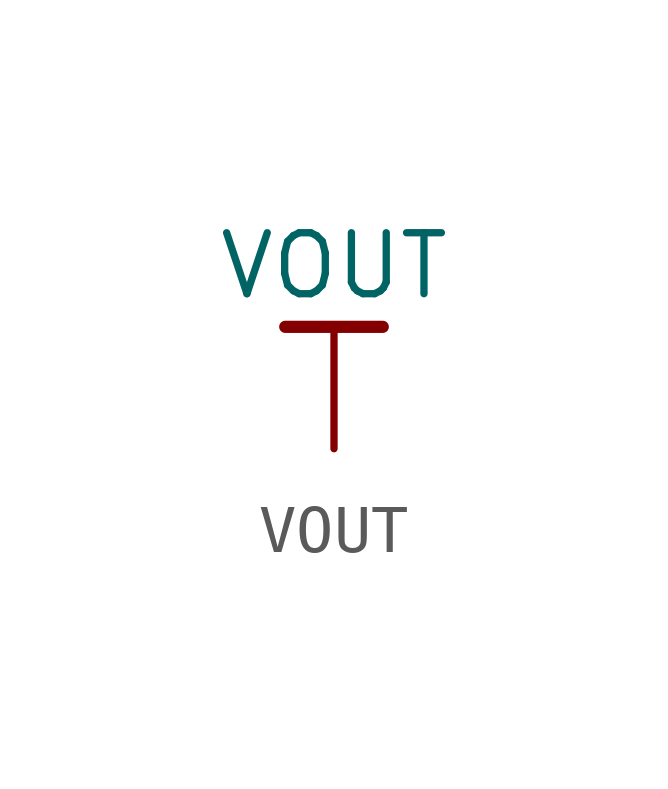
<source format=kicad_sym>
(kicad_symbol_lib
  (version 20211014)
  (generator kicad_symbol_editor)
  (symbol "VOUT"
    (power)
    (pin_numbers hide)
    (pin_names
      (offset 0) hide)
    (property "Reference" "#PWR"
      (at 0 -1.905 0)
      (effects (font (size 1.27 1.27)) hide))
    (property "Value" "VOUT"
      (at 0 3.81 0)
      (effects (font (size 1.27 1.27))))
    (symbol "VOUT_0_1"
      (polyline (pts (xy -1.016 2.54) (xy 1.016 2.54)) (stroke (width 0.254) (type default) (color 0 0 0 0)) (fill (type none)))
      (polyline (pts (xy 0 2.54) (xy 0 0)) (stroke (width 0.152) (type default) (color 0 0 0 0)) (fill (type none))))
    (symbol "VOUT_1_1"
      (pin power_in line (at 0 0 90) (length 0) hide (name "VOUT" (effects (font (size 0.635 0.635)))) (number "1" (effects (font (size 0.635 0.635))))))))
</source>
